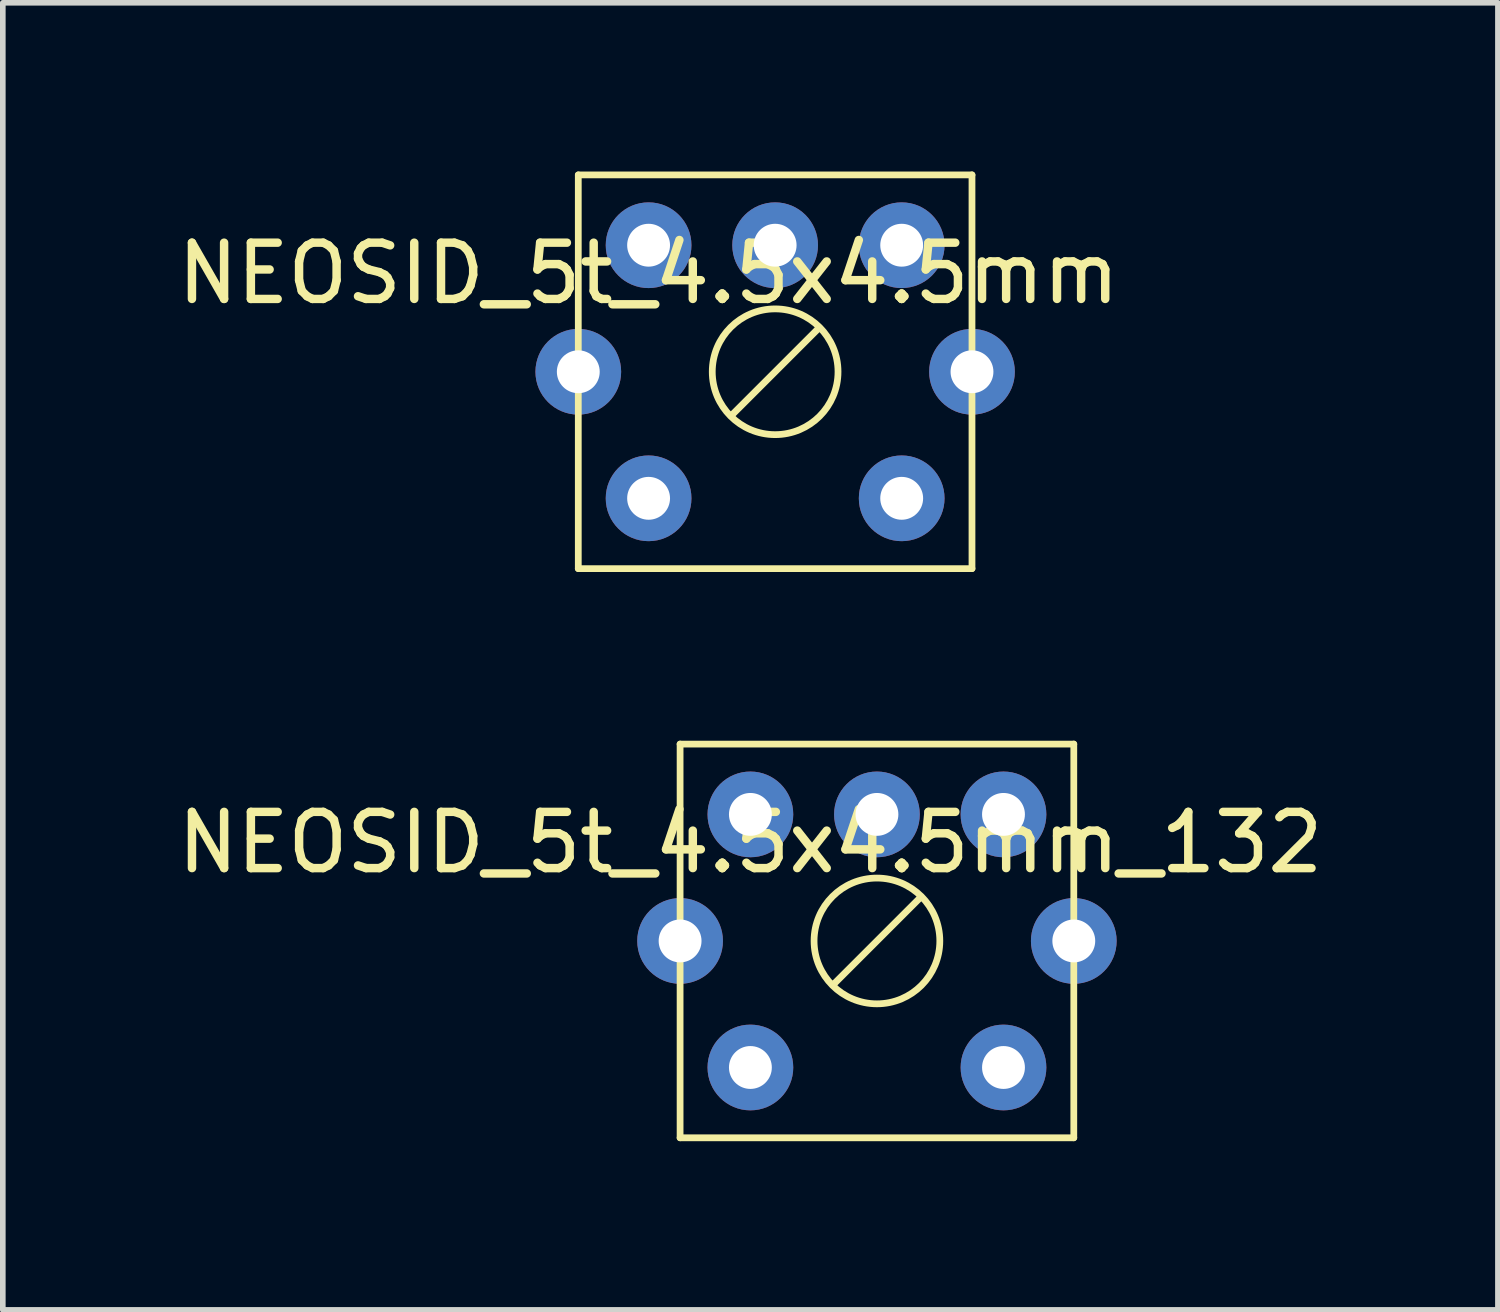
<source format=kicad_pcb>
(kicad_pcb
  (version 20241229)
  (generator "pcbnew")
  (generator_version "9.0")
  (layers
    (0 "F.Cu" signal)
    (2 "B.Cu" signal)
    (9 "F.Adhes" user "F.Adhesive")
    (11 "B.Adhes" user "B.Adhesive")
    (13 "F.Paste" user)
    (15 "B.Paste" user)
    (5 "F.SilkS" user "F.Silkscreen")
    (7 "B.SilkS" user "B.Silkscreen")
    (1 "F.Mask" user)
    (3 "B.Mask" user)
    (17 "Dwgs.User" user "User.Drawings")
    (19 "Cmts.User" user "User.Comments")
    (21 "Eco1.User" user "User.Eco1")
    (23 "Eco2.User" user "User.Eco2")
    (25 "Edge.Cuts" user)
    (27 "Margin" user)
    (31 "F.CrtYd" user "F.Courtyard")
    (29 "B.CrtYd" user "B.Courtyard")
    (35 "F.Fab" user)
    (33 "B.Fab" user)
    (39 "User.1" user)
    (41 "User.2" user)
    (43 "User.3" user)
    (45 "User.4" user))
  (footprint "NEOSID_5t_4.5x4.5mm_132"
    (layer "F.Cu")
    (at 10.292 11.43)
    (property "Reference" "NEOSID_5t_4.5x4.5mm_132" (at 0 0.5 0) (layer "F.SilkS") (effects (font (size 1 1) (thickness 0.15))))
    (attr through_hole)
    (fp_line (start -1.25 -1.25) (end 5.75 -1.25) (stroke (width 0.12) (type solid)) (layer "F.SilkS"))
    (fp_line (start -1.25 5.75) (end -1.25 -1.25) (stroke (width 0.12) (type solid)) (layer "F.SilkS"))
    (fp_line (start 1.5 3) (end 3 1.5) (stroke (width 0.12) (type solid)) (layer "F.SilkS"))
    (fp_line (start 5.75 -1.25) (end 5.75 5.75) (stroke (width 0.12) (type solid)) (layer "F.SilkS"))
    (fp_line (start 5.75 5.75) (end -1.25 5.75) (stroke (width 0.12) (type solid)) (layer "F.SilkS"))
    (fp_circle (center 2.25 2.25) (end 3.25 1.75) (stroke (width 0.12) (type solid)) (fill no) (layer "F.SilkS"))
    (pad "1" thru_hole circle (at 0 0) (size 1.524 1.524) (drill 0.762) (layers "*.Cu" "*.Mask"))
    (pad "2" thru_hole circle (at 4.5 0) (size 1.524 1.524) (drill 0.762) (layers "*.Cu" "*.Mask"))
    (pad "3" thru_hole circle (at 2.25 0) (size 1.524 1.524) (drill 0.762) (layers "*.Cu" "*.Mask"))
    (pad "4" thru_hole circle (at 0 4.5) (size 1.524 1.524) (drill 0.762) (layers "*.Cu" "*.Mask"))
    (pad "5" thru_hole circle (at 4.5 4.5) (size 1.524 1.524) (drill 0.762) (layers "*.Cu" "*.Mask"))
    (pad "6" thru_hole circle (at -1.25 2.25) (size 1.524 1.524) (drill 0.762) (layers "*.Cu" "*.Mask"))
    (pad "6" thru_hole circle (at 5.75 2.25) (size 1.524 1.524) (drill 0.762) (layers "*.Cu" "*.Mask")))
  (footprint "NEOSID_5t_4.5x4.5mm"
    (layer "F.Cu")
    (at 8.482 1.31)
    (property "Reference" "NEOSID_5t_4.5x4.5mm" (at 0 0.5 0) (layer "F.SilkS") (effects (font (size 1 1) (thickness 0.15))))
    (attr through_hole)
    (fp_line (start -1.25 -1.25) (end 5.75 -1.25) (stroke (width 0.12) (type solid)) (layer "F.SilkS"))
    (fp_line (start -1.25 5.75) (end -1.25 -1.25) (stroke (width 0.12) (type solid)) (layer "F.SilkS"))
    (fp_line (start 1.5 3) (end 3 1.5) (stroke (width 0.12) (type solid)) (layer "F.SilkS"))
    (fp_line (start 5.75 -1.25) (end 5.75 5.75) (stroke (width 0.12) (type solid)) (layer "F.SilkS"))
    (fp_line (start 5.75 5.75) (end -1.25 5.75) (stroke (width 0.12) (type solid)) (layer "F.SilkS"))
    (fp_circle (center 2.25 2.25) (end 3.25 1.75) (stroke (width 0.12) (type solid)) (fill no) (layer "F.SilkS"))
    (pad "1" thru_hole circle (at 0 0) (size 1.524 1.524) (drill 0.762) (layers "*.Cu" "*.Mask"))
    (pad "2" thru_hole circle (at 2.25 0) (size 1.524 1.524) (drill 0.762) (layers "*.Cu" "*.Mask"))
    (pad "3" thru_hole circle (at 4.5 0) (size 1.524 1.524) (drill 0.762) (layers "*.Cu" "*.Mask"))
    (pad "4" thru_hole circle (at 0 4.5) (size 1.524 1.524) (drill 0.762) (layers "*.Cu" "*.Mask"))
    (pad "5" thru_hole circle (at 4.5 4.5) (size 1.524 1.524) (drill 0.762) (layers "*.Cu" "*.Mask"))
    (pad "6" thru_hole circle (at -1.25 2.25) (size 1.524 1.524) (drill 0.762) (layers "*.Cu" "*.Mask"))
    (pad "7" thru_hole circle (at 5.75 2.25) (size 1.524 1.524) (drill 0.762) (layers "*.Cu" "*.Mask")))
  (gr_rect
    (start -3 -3)
    (end 23.583 20.24)
    (stroke (width 0.1) (type default))
    (fill no)
    (layer "Edge.Cuts")))
</source>
